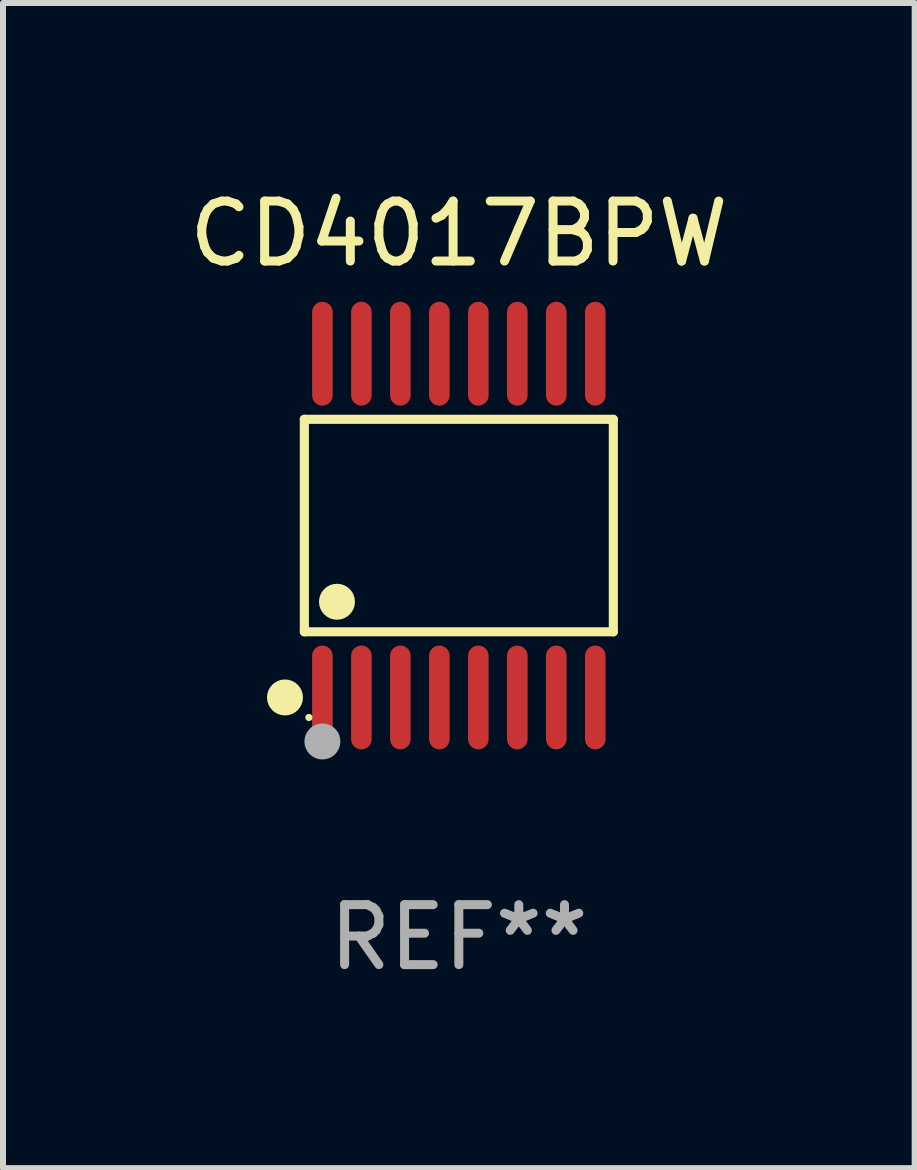
<source format=kicad_pcb>
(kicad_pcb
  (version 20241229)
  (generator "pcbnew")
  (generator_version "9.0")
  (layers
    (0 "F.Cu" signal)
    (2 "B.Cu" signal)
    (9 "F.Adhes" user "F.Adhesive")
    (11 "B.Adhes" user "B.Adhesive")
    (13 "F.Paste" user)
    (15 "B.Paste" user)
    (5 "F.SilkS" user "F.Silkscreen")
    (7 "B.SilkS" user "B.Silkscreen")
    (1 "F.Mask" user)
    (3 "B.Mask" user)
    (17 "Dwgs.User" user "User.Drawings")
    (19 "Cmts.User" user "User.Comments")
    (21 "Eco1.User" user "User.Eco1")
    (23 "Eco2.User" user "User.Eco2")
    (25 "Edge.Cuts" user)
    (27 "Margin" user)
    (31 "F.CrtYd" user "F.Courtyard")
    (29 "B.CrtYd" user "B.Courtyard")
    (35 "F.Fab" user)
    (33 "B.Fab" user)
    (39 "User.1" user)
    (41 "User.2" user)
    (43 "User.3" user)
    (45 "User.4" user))
  (footprint "CD4017BPW"
    (layer "F.Cu")
    (at 4.601 5.714)
    (property "Reference" "CD4017BPW" (at 0 -4.866 0) (layer "F.SilkS") (effects (font (size 1 1) (thickness 0.15))))
    (attr through_hole)
    (fp_line (start -2.576 -1.772) (end 2.576 -1.772) (stroke (width 0.152) (type solid)) (layer "F.SilkS"))
    (fp_line (start -2.576 1.771) (end -2.576 -1.772) (stroke (width 0.152) (type solid)) (layer "F.SilkS"))
    (fp_line (start 2.576 -1.772) (end 2.576 1.771) (stroke (width 0.152) (type solid)) (layer "F.SilkS"))
    (fp_line (start 2.576 1.771) (end -2.576 1.771) (stroke (width 0.152) (type solid)) (layer "F.SilkS"))
    (fp_circle (center -2.899 2.866) (end -2.749 2.866) (stroke (width 0.3) (type solid)) (fill no) (layer "F.SilkS"))
    (fp_circle (center -2.5 3.2) (end -2.47 3.2) (stroke (width 0.06) (type solid)) (fill no) (layer "F.SilkS"))
    (fp_circle (center -2.032 1.27) (end -1.882 1.27) (stroke (width 0.3) (type solid)) (fill no) (layer "F.SilkS"))
    (fp_circle (center -2.275 3.6) (end -2.125 3.6) (stroke (width 0.3) (type solid)) (fill no) (layer "F.Fab"))
    (fp_text user "REF**" (at 0 6.866 0) (layer "F.Fab") (effects (font (size 1 1) (thickness 0.15))))
    (pad "1" smd oval (at -2.275 2.866) (size 0.343 1.731) (layers "F.Cu" "F.Mask" "F.Paste"))
    (pad "2" smd oval (at -1.625 2.866) (size 0.343 1.731) (layers "F.Cu" "F.Mask" "F.Paste"))
    (pad "3" smd oval (at -0.975 2.866) (size 0.343 1.731) (layers "F.Cu" "F.Mask" "F.Paste"))
    (pad "4" smd oval (at -0.325 2.866) (size 0.343 1.731) (layers "F.Cu" "F.Mask" "F.Paste"))
    (pad "5" smd oval (at 0.325 2.866) (size 0.343 1.731) (layers "F.Cu" "F.Mask" "F.Paste"))
    (pad "6" smd oval (at 0.975 2.866) (size 0.343 1.731) (layers "F.Cu" "F.Mask" "F.Paste"))
    (pad "7" smd oval (at 1.625 2.866) (size 0.343 1.731) (layers "F.Cu" "F.Mask" "F.Paste"))
    (pad "8" smd oval (at 2.275 2.866) (size 0.343 1.731) (layers "F.Cu" "F.Mask" "F.Paste"))
    (pad "9" smd oval (at 2.275 -2.866) (size 0.343 1.731) (layers "F.Cu" "F.Mask" "F.Paste"))
    (pad "10" smd oval (at 1.625 -2.866) (size 0.343 1.731) (layers "F.Cu" "F.Mask" "F.Paste"))
    (pad "11" smd oval (at 0.975 -2.866) (size 0.343 1.731) (layers "F.Cu" "F.Mask" "F.Paste"))
    (pad "12" smd oval (at 0.325 -2.866) (size 0.343 1.731) (layers "F.Cu" "F.Mask" "F.Paste"))
    (pad "13" smd oval (at -0.325 -2.866) (size 0.343 1.731) (layers "F.Cu" "F.Mask" "F.Paste"))
    (pad "14" smd oval (at -0.975 -2.866) (size 0.343 1.731) (layers "F.Cu" "F.Mask" "F.Paste"))
    (pad "15" smd oval (at -1.625 -2.866) (size 0.343 1.731) (layers "F.Cu" "F.Mask" "F.Paste"))
    (pad "16" smd oval (at -2.275 -2.866) (size 0.343 1.731) (layers "F.Cu" "F.Mask" "F.Paste")))
  (gr_rect
    (start -3 -3)
    (end 12.202 16.428)
    (stroke (width 0.1) (type default))
    (fill no)
    (layer "Edge.Cuts")))
</source>
